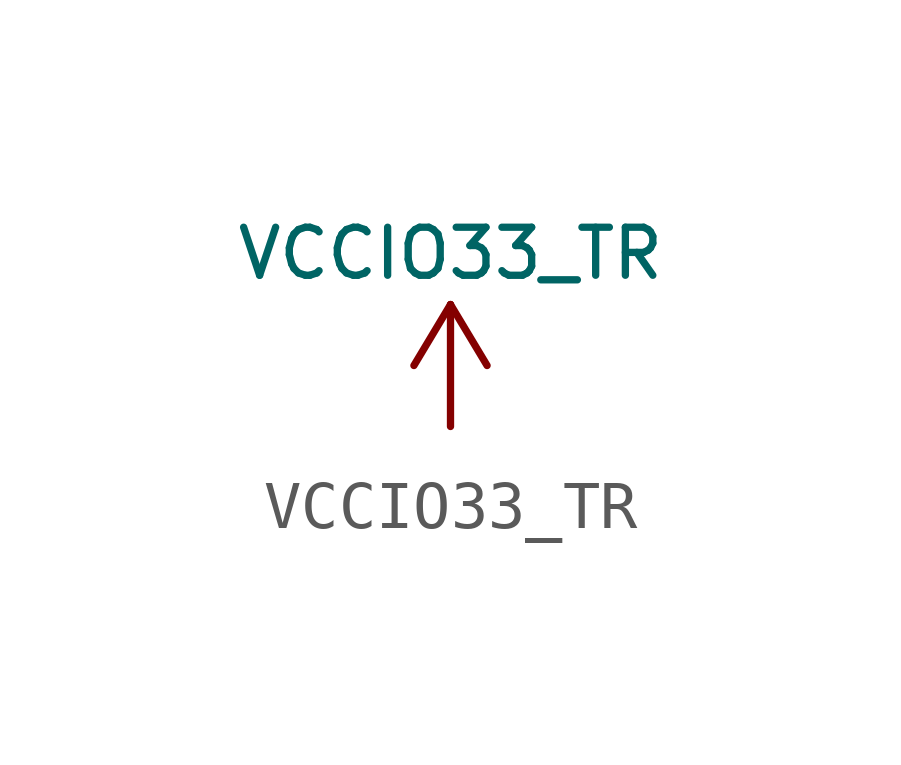
<source format=kicad_sym>
(kicad_symbol_lib
  (version 20241209)
  (generator "kicad_symbol_editor")
  (generator_version "9.0")
  (symbol "VCCIO33_TR"
    (power)
    (pin_names
      (offset 0))
    (property "Reference" "#PWR?"
      (at 0 -3.81 0)
      (effects (font (size 1.27 1.27)) (hide yes)))
    (property "Value" "VCCIO33_TR"
      (at 0 3.605 0)
      (effects (font (size 1 1))))
    (symbol "VCCIO33_TR_0_1"
      (polyline (pts (xy -0.762 1.27) (xy 0 2.54)) (stroke (width 0) (type default)) (fill (type none)))
      (polyline (pts (xy 0 2.54) (xy 0.762 1.27)) (stroke (width 0) (type default)) (fill (type none)))
      (polyline (pts (xy 0 0) (xy 0 2.54)) (stroke (width 0) (type default)) (fill (type none))))
    (symbol "VCCIO33_TR_1_1"
      (pin power_in line (at 0 0 90) (length 0) (hide yes) (name "VCCIO33_TR" (effects (font (size 1.27 1.27)))) (number "1" (effects (font (size 1.27 1.27))))))))
</source>
